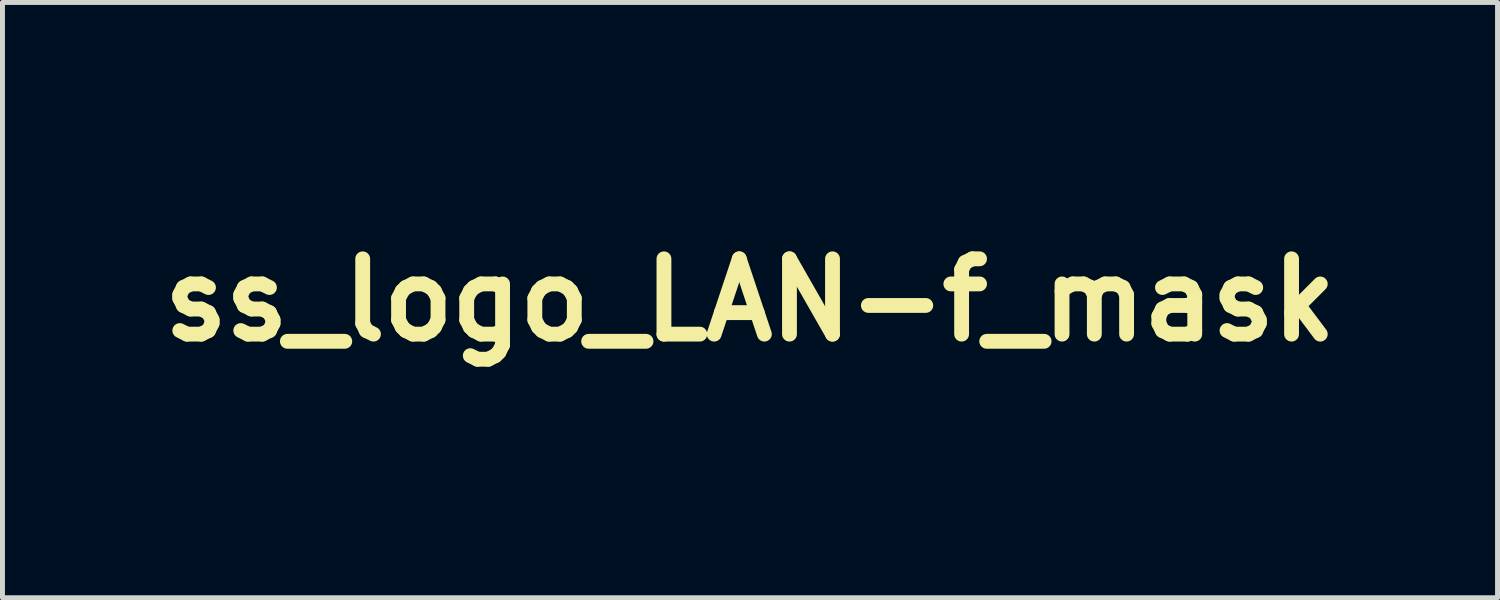
<source format=kicad_pcb>
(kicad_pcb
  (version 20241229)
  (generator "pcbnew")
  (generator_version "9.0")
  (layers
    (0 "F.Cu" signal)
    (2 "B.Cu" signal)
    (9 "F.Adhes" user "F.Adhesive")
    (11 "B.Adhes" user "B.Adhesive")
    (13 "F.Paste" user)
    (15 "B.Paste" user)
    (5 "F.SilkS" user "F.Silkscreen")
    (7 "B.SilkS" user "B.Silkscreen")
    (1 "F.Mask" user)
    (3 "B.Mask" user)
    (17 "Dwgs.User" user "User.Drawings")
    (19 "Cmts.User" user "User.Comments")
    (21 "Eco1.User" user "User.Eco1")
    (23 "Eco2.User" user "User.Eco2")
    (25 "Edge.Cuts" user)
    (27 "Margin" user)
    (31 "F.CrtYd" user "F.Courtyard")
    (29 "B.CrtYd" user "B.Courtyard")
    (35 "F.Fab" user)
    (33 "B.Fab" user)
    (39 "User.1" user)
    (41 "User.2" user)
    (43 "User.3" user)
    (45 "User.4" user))
  (footprint "ss_logo_LAN-f_mask"
    (layer "F.Cu")
    (at 12.127 3.022)
    (property "Reference" "ss_logo_LAN-f_mask" (at 0 0 0) (layer "F.SilkS") (effects (font (size 1.524 1.524) (thickness 0.3))))
    (attr through_hole)
    (fp_poly (pts (xy 0.79 0.649) (xy 1.693 0.649) (xy 1.693 1.016) (xy 0.282 1.016) (xy 0.282 -0.96) (xy 0.79 -0.96) (xy 0.79 0.649)) (stroke (width 0.01) (type solid)) (fill yes) (layer "F.Mask"))
    (fp_poly (pts (xy 4.663 -0.945) (xy 5.005 -0.298) (xy 5.348 0.349) (xy 5.356 -0.305) (xy 5.363 -0.96) (xy 5.87 -0.96) (xy 5.87 1.016) (xy 5.288 1.016) (xy 4.586 -0.31) (xy 4.579 0.353) (xy 4.571 1.016) (xy 4.092 1.016) (xy 4.092 -0.962) (xy 4.663 -0.945)) (stroke (width 0.01) (type solid)) (fill yes) (layer "F.Mask"))
    (fp_poly (pts (xy 2.933 -0.958) (xy 3.023 -0.954) (xy 3.077 -0.945) (xy 3.106 -0.929) (xy 3.118 -0.91) (xy 3.132 -0.872) (xy 3.164 -0.788) (xy 3.21 -0.665) (xy 3.268 -0.509) (xy 3.336 -0.326) (xy 3.411 -0.124) (xy 3.457 0) (xy 3.536 0.212) (xy 3.609 0.41) (xy 3.675 0.586) (xy 3.73 0.735) (xy 3.773 0.849) (xy 3.8 0.92) (xy 3.807 0.939) (xy 3.838 1.018) (xy 3.322 1.002) (xy 3.258 0.833) (xy 3.195 0.663) (xy 2.8 0.655) (xy 2.405 0.648) (xy 2.338 0.832) (xy 2.272 1.016) (xy 2.025 1.016) (xy 1.915 1.014) (xy 1.83 1.009) (xy 1.783 1.001) (xy 1.778 0.997) (xy 1.787 0.967) (xy 1.814 0.89) (xy 1.857 0.772) (xy 1.912 0.619) (xy 1.978 0.438) (xy 2.042 0.264) (xy 2.54 0.264) (xy 2.566 0.272) (xy 2.636 0.278) (xy 2.738 0.282) (xy 2.804 0.282) (xy 3.068 0.282) (xy 2.938 -0.097) (xy 2.891 -0.231) (xy 2.849 -0.341) (xy 2.816 -0.419) (xy 2.795 -0.456) (xy 2.791 -0.457) (xy 2.777 -0.425) (xy 2.749 -0.352) (xy 2.712 -0.25) (xy 2.67 -0.132) (xy 2.628 -0.01) (xy 2.59 0.102) (xy 2.56 0.194) (xy 2.543 0.251) (xy 2.54 0.264) (xy 2.042 0.264) (xy 2.053 0.234) (xy 2.135 0.012) (xy 2.136 0.009) (xy 2.494 -0.96) (xy 2.796 -0.96) (xy 2.933 -0.958)) (stroke (width 0.01) (type solid)) (fill yes) (layer "F.Mask"))
    (fp_poly (pts (xy -2.998 -3.016) (xy -2.865 -3.015) (xy -2.61 -3.012) (xy -2.405 -3.009) (xy -2.244 -3.006) (xy -2.12 -3.002) (xy -2.028 -2.997) (xy -1.96 -2.989) (xy -1.912 -2.98) (xy -1.875 -2.968) (xy -1.845 -2.954) (xy -1.835 -2.948) (xy -1.75 -2.883) (xy -1.678 -2.803) (xy -1.672 -2.795) (xy -1.653 -2.765) (xy -1.638 -2.733) (xy -1.627 -2.693) (xy -1.619 -2.636) (xy -1.614 -2.556) (xy -1.611 -2.446) (xy -1.609 -2.299) (xy -1.609 -2.106) (xy -1.609 -1.961) (xy -1.609 -1.738) (xy -1.61 -1.563) (xy -1.612 -1.431) (xy -1.616 -1.333) (xy -1.622 -1.263) (xy -1.631 -1.214) (xy -1.643 -1.178) (xy -1.66 -1.147) (xy -1.672 -1.129) (xy -1.756 -1.025) (xy -1.849 -0.959) (xy -1.967 -0.921) (xy -2.093 -0.905) (xy -2.196 -0.895) (xy -2.251 -0.886) (xy -2.266 -0.872) (xy -2.251 -0.852) (xy -2.248 -0.85) (xy -2.206 -0.785) (xy -2.215 -0.709) (xy -2.258 -0.649) (xy -2.295 -0.621) (xy -2.346 -0.603) (xy -2.424 -0.595) (xy -2.543 -0.593) (xy -2.554 -0.593) (xy -2.794 -0.593) (xy -2.794 -0.003) (xy -2.189 0.005) (xy -1.988 0.009) (xy -1.835 0.012) (xy -1.722 0.017) (xy -1.642 0.024) (xy -1.587 0.034) (xy -1.547 0.047) (xy -1.517 0.065) (xy -1.507 0.072) (xy -1.395 0.178) (xy -1.33 0.298) (xy -1.304 0.436) (xy -1.291 0.593) (xy -0.907 0.593) (xy -0.711 0.595) (xy -0.562 0.603) (xy -0.449 0.62) (xy -0.363 0.647) (xy -0.295 0.687) (xy -0.233 0.743) (xy -0.217 0.76) (xy -0.177 0.808) (xy -0.145 0.857) (xy -0.122 0.914) (xy -0.105 0.986) (xy -0.094 1.081) (xy -0.088 1.206) (xy -0.086 1.368) (xy -0.087 1.575) (xy -0.09 1.75) (xy -0.093 1.958) (xy -0.097 2.117) (xy -0.102 2.236) (xy -0.109 2.323) (xy -0.118 2.385) (xy -0.131 2.431) (xy -0.148 2.469) (xy -0.157 2.484) (xy -0.256 2.6) (xy -0.394 2.675) (xy -0.567 2.707) (xy -0.616 2.709) (xy -0.711 2.71) (xy -0.759 2.716) (xy -0.769 2.73) (xy -0.75 2.754) (xy -0.71 2.828) (xy -0.717 2.909) (xy -0.767 2.975) (xy -0.768 2.976) (xy -0.798 2.991) (xy -0.843 3.002) (xy -0.912 3.01) (xy -1.011 3.015) (xy -1.148 3.018) (xy -1.33 3.02) (xy -1.46 3.02) (xy -1.665 3.019) (xy -1.821 3.018) (xy -1.935 3.015) (xy -2.016 3.01) (xy -2.071 3.002) (xy -2.107 2.991) (xy -2.131 2.976) (xy -2.145 2.963) (xy -2.194 2.886) (xy -2.192 2.812) (xy -2.154 2.762) (xy -2.137 2.742) (xy -2.149 2.728) (xy -2.2 2.718) (xy -2.299 2.708) (xy -2.31 2.707) (xy -2.461 2.686) (xy -2.573 2.643) (xy -2.663 2.571) (xy -2.731 2.484) (xy -2.75 2.454) (xy -2.765 2.422) (xy -2.776 2.382) (xy -2.784 2.325) (xy -2.789 2.246) (xy -2.792 2.136) (xy -2.793 1.988) (xy -2.794 1.796) (xy -2.794 1.651) (xy -2.512 1.651) (xy -2.511 1.861) (xy -2.509 2.023) (xy -2.505 2.142) (xy -2.499 2.227) (xy -2.489 2.284) (xy -2.476 2.322) (xy -2.468 2.336) (xy -2.424 2.399) (xy -1.454 2.399) (xy -1.19 2.399) (xy -0.977 2.398) (xy -0.81 2.396) (xy -0.681 2.393) (xy -0.587 2.388) (xy -0.521 2.382) (xy -0.477 2.374) (xy -0.451 2.363) (xy -0.439 2.355) (xy -0.425 2.333) (xy -0.414 2.296) (xy -0.406 2.237) (xy -0.401 2.149) (xy -0.397 2.025) (xy -0.396 1.858) (xy -0.395 1.658) (xy -0.396 1.446) (xy -0.397 1.283) (xy -0.401 1.162) (xy -0.406 1.076) (xy -0.414 1.018) (xy -0.425 0.981) (xy -0.44 0.957) (xy -0.442 0.955) (xy -0.458 0.941) (xy -0.481 0.93) (xy -0.517 0.921) (xy -0.573 0.914) (xy -0.654 0.91) (xy -0.766 0.906) (xy -0.914 0.904) (xy -1.105 0.903) (xy -1.344 0.903) (xy -1.456 0.903) (xy -2.424 0.903) (xy -2.468 0.966) (xy -2.483 0.995) (xy -2.494 1.041) (xy -2.502 1.11) (xy -2.507 1.21) (xy -2.51 1.348) (xy -2.512 1.531) (xy -2.512 1.651) (xy -2.794 1.651) (xy -2.794 1.427) (xy -2.793 1.253) (xy -2.791 1.12) (xy -2.787 1.023) (xy -2.781 0.953) (xy -2.772 0.903) (xy -2.759 0.867) (xy -2.743 0.836) (xy -2.73 0.817) (xy -2.675 0.744) (xy -2.614 0.689) (xy -2.54 0.65) (xy -2.443 0.625) (xy -2.312 0.609) (xy -2.139 0.6) (xy -2.039 0.597) (xy -1.609 0.588) (xy -1.609 0.483) (xy -1.617 0.405) (xy -1.638 0.349) (xy -1.643 0.344) (xy -1.666 0.336) (xy -1.721 0.329) (xy -1.81 0.323) (xy -1.938 0.318) (xy -2.107 0.315) (xy -2.321 0.312) (xy -2.584 0.311) (xy -2.899 0.31) (xy -2.953 0.31) (xy -4.23 0.31) (xy -4.274 0.373) (xy -4.308 0.451) (xy -4.318 0.512) (xy -4.318 0.588) (xy -3.873 0.597) (xy -3.673 0.604) (xy -3.52 0.616) (xy -3.406 0.636) (xy -3.321 0.667) (xy -3.256 0.713) (xy -3.204 0.776) (xy -3.168 0.834) (xy -3.148 0.87) (xy -3.134 0.905) (xy -3.123 0.948) (xy -3.115 1.006) (xy -3.111 1.086) (xy -3.109 1.196) (xy -3.108 1.343) (xy -3.11 1.534) (xy -3.111 1.684) (xy -3.114 1.909) (xy -3.116 2.084) (xy -3.12 2.216) (xy -3.125 2.314) (xy -3.132 2.383) (xy -3.142 2.432) (xy -3.154 2.466) (xy -3.171 2.493) (xy -3.177 2.501) (xy -3.266 2.601) (xy -3.362 2.662) (xy -3.484 2.695) (xy -3.584 2.705) (xy -3.779 2.716) (xy -3.737 2.779) (xy -3.713 2.859) (xy -3.733 2.937) (xy -3.789 2.992) (xy -3.815 3.001) (xy -3.862 3.006) (xy -3.956 3.01) (xy -4.084 3.013) (xy -4.238 3.015) (xy -4.406 3.016) (xy -4.577 3.015) (xy -4.742 3.014) (xy -4.889 3.012) (xy -5.008 3.008) (xy -5.089 3.004) (xy -5.117 3) (xy -5.174 2.96) (xy -5.202 2.89) (xy -5.196 2.811) (xy -5.181 2.779) (xy -5.139 2.716) (xy -5.334 2.705) (xy -5.482 2.686) (xy -5.593 2.644) (xy -5.684 2.57) (xy -5.741 2.501) (xy -5.759 2.474) (xy -5.773 2.443) (xy -5.783 2.4) (xy -5.791 2.338) (xy -5.797 2.249) (xy -5.801 2.128) (xy -5.804 1.967) (xy -5.806 1.758) (xy -5.807 1.684) (xy -5.807 1.661) (xy -5.503 1.661) (xy -5.502 1.896) (xy -5.499 2.079) (xy -5.494 2.213) (xy -5.486 2.303) (xy -5.476 2.353) (xy -5.469 2.365) (xy -5.432 2.375) (xy -5.347 2.383) (xy -5.221 2.389) (xy -5.062 2.395) (xy -4.879 2.398) (xy -4.68 2.401) (xy -4.472 2.401) (xy -4.263 2.401) (xy -4.062 2.399) (xy -3.877 2.395) (xy -3.715 2.39) (xy -3.585 2.384) (xy -3.494 2.376) (xy -3.45 2.366) (xy -3.449 2.365) (xy -3.437 2.334) (xy -3.428 2.266) (xy -3.421 2.155) (xy -3.417 1.999) (xy -3.415 1.792) (xy -3.415 1.661) (xy -3.415 1.445) (xy -3.417 1.278) (xy -3.42 1.154) (xy -3.426 1.066) (xy -3.434 1.007) (xy -3.444 0.97) (xy -3.459 0.948) (xy -3.459 0.947) (xy -3.477 0.935) (xy -3.508 0.926) (xy -3.558 0.918) (xy -3.633 0.912) (xy -3.737 0.908) (xy -3.877 0.905) (xy -4.059 0.904) (xy -4.288 0.903) (xy -4.459 0.903) (xy -4.721 0.903) (xy -4.932 0.904) (xy -5.097 0.906) (xy -5.224 0.91) (xy -5.316 0.914) (xy -5.381 0.921) (xy -5.423 0.929) (xy -5.449 0.94) (xy -5.459 0.947) (xy -5.473 0.969) (xy -5.484 1.005) (xy -5.492 1.063) (xy -5.498 1.15) (xy -5.501 1.273) (xy -5.503 1.438) (xy -5.503 1.652) (xy -5.503 1.661) (xy -5.807 1.661) (xy -5.809 1.461) (xy -5.81 1.286) (xy -5.809 1.153) (xy -5.806 1.055) (xy -5.801 0.983) (xy -5.792 0.932) (xy -5.78 0.892) (xy -5.763 0.857) (xy -5.751 0.834) (xy -5.7 0.757) (xy -5.645 0.699) (xy -5.576 0.657) (xy -5.483 0.629) (xy -5.359 0.612) (xy -5.194 0.602) (xy -5.045 0.597) (xy -4.6 0.588) (xy -4.6 0.453) (xy -4.573 0.301) (xy -4.493 0.166) (xy -4.394 0.073) (xy -4.364 0.053) (xy -4.328 0.039) (xy -4.28 0.028) (xy -4.21 0.02) (xy -4.112 0.014) (xy -3.975 0.01) (xy -3.794 0.007) (xy -3.709 0.005) (xy -3.104 -0.003) (xy -3.104 -0.593) (xy -3.338 -0.593) (xy -3.481 -0.597) (xy -3.578 -0.612) (xy -3.634 -0.637) (xy -3.686 -0.703) (xy -3.693 -0.784) (xy -3.653 -0.858) (xy -3.653 -0.859) (xy -3.634 -0.883) (xy -3.644 -0.896) (xy -3.692 -0.902) (xy -3.787 -0.904) (xy -3.969 -0.926) (xy -4.115 -0.99) (xy -4.224 -1.096) (xy -4.246 -1.129) (xy -4.264 -1.164) (xy -4.279 -1.204) (xy -4.29 -1.257) (xy -4.297 -1.33) (xy -4.303 -1.431) (xy -4.307 -1.568) (xy -4.311 -1.749) (xy -4.313 -1.895) (xy -4.313 -1.959) (xy -4.008 -1.959) (xy -4.007 -1.745) (xy -4.005 -1.58) (xy -4.002 -1.458) (xy -3.996 -1.372) (xy -3.988 -1.314) (xy -3.977 -1.278) (xy -3.963 -1.258) (xy -3.945 -1.246) (xy -3.914 -1.236) (xy -3.865 -1.229) (xy -3.791 -1.223) (xy -3.687 -1.219) (xy -3.548 -1.216) (xy -3.367 -1.214) (xy -3.14 -1.214) (xy -2.949 -1.214) (xy -1.979 -1.214) (xy -1.935 -1.276) (xy -1.92 -1.306) (xy -1.909 -1.352) (xy -1.901 -1.421) (xy -1.896 -1.52) (xy -1.892 -1.658) (xy -1.891 -1.841) (xy -1.891 -1.961) (xy -1.891 -2.172) (xy -1.894 -2.333) (xy -1.898 -2.453) (xy -1.904 -2.537) (xy -1.914 -2.595) (xy -1.926 -2.632) (xy -1.935 -2.647) (xy -1.979 -2.709) (xy -2.942 -2.709) (xy -3.203 -2.709) (xy -3.414 -2.708) (xy -3.58 -2.706) (xy -3.707 -2.703) (xy -3.801 -2.699) (xy -3.867 -2.693) (xy -3.911 -2.685) (xy -3.939 -2.674) (xy -3.956 -2.663) (xy -3.972 -2.644) (xy -3.985 -2.616) (xy -3.994 -2.571) (xy -4.001 -2.503) (xy -4.005 -2.405) (xy -4.007 -2.269) (xy -4.007 -2.087) (xy -4.008 -1.959) (xy -4.313 -1.959) (xy -4.314 -2.135) (xy -4.313 -2.338) (xy -4.308 -2.5) (xy -4.3 -2.616) (xy -4.291 -2.675) (xy -4.232 -2.797) (xy -4.133 -2.903) (xy -4.01 -2.979) (xy -3.918 -3.005) (xy -3.86 -3.01) (xy -3.754 -3.013) (xy -3.607 -3.015) (xy -3.427 -3.016) (xy -3.221 -3.017) (xy -2.998 -3.016)) (stroke (width 0.01) (type solid)) (fill yes) (layer "F.Mask")))
  (gr_rect
    (start -3 -3)
    (end 27.253 9.046)
    (stroke (width 0.1) (type default))
    (fill no)
    (layer "Edge.Cuts")))
</source>
